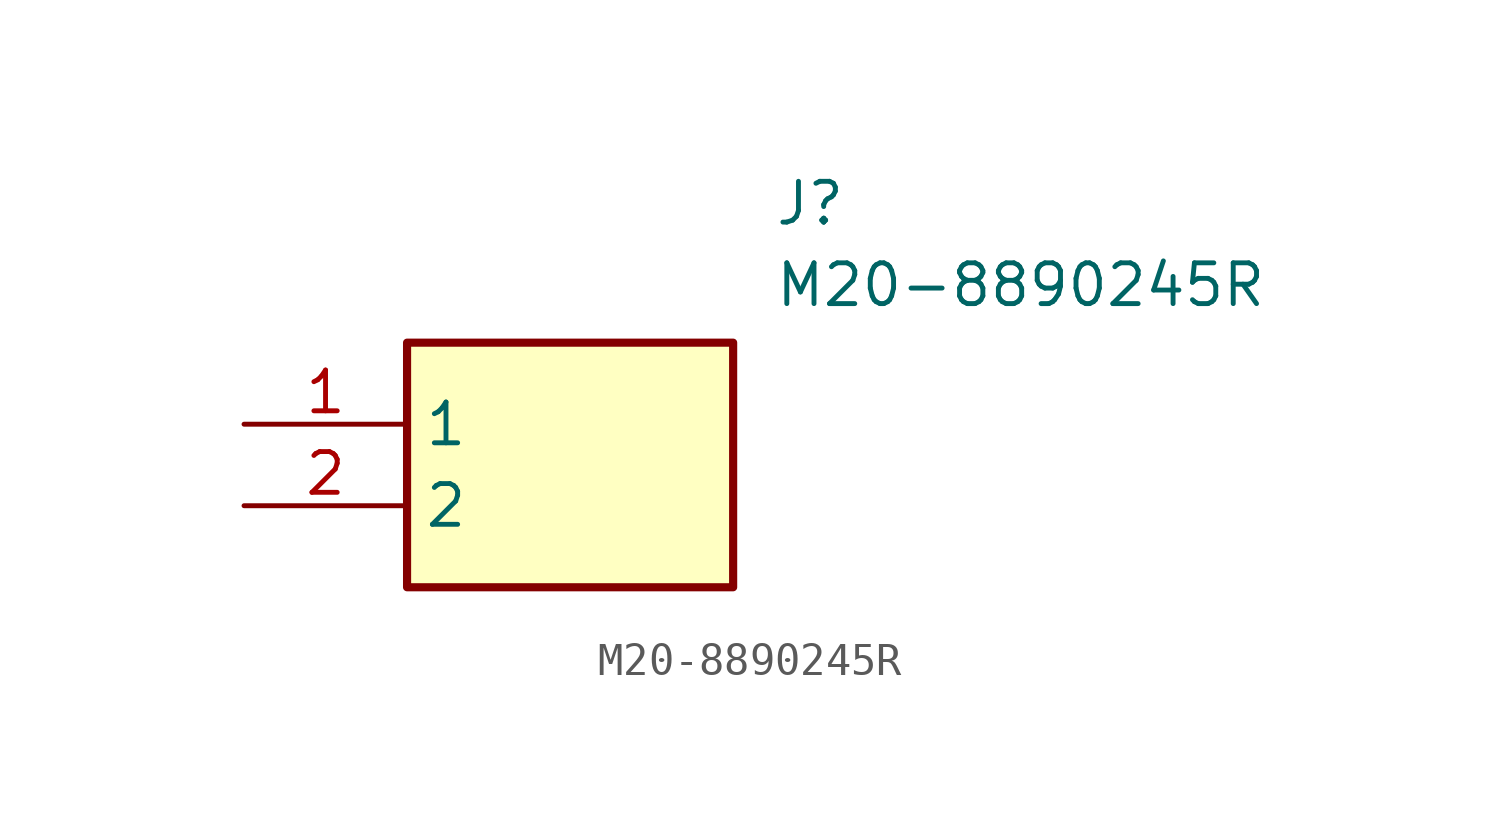
<source format=kicad_sym>
(kicad_symbol_lib
  (version 20211014)
  (generator SamacSys_ECAD_Model)
  (symbol "M20-8890245R"
    (property "Reference" "J"
      (at 16.51 7.62 0)
      (effects (font (size 1.27 1.27)) (justify left top)))
    (property "Value" "M20-8890245R"
      (at 16.51 5.08 0)
      (effects (font (size 1.27 1.27)) (justify left top)))
    (rectangle
      (start 5.08 2.54)
      (end 15.24 -5.08)
      (stroke (width 0.254) (type default))
      (fill (type background)))
    (pin passive line
      (at 0 0 0)
      (length 5.08)
      (name "1" (effects (font (size 1.27 1.27))))
      (number "1" (effects (font (size 1.27 1.27)))))
    (pin passive line
      (at 0 -2.54 0)
      (length 5.08)
      (name "2" (effects (font (size 1.27 1.27))))
      (number "2" (effects (font (size 1.27 1.27)))))))
</source>
